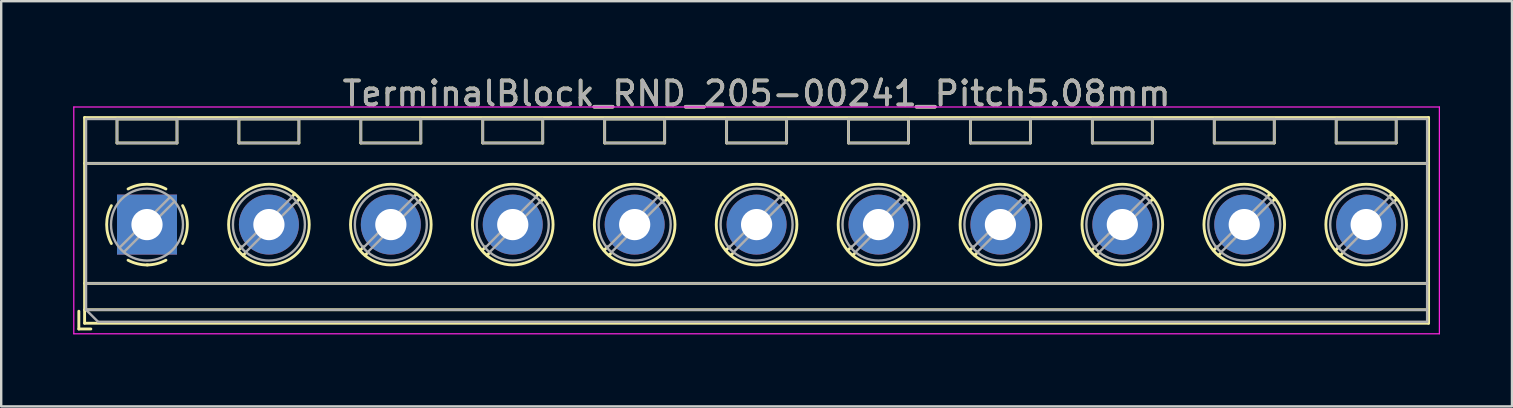
<source format=kicad_pcb>
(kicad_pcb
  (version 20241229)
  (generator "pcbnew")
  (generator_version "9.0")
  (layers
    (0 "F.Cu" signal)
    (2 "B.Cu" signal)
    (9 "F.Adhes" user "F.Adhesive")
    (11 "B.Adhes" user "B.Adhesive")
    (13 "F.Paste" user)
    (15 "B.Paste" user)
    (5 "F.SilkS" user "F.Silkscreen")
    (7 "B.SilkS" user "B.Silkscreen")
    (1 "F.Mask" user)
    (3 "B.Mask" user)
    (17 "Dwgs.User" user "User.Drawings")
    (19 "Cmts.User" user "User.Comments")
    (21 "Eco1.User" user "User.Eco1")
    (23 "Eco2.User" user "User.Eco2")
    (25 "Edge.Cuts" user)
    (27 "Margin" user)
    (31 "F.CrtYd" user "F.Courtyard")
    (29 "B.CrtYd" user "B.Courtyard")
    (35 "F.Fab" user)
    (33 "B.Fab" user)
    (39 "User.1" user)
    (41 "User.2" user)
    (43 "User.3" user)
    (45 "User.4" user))
  (footprint "TerminalBlock_RND_205-00241_Pitch5.08mm"
    (layer "F.Cu")
    (at 3.075 6.308)
    (property "Reference" "TerminalBlock_RND_205-00241_Pitch5.08mm" (at 25.4 -5.46 0) (layer "F.SilkS") (effects (font (size 1 1) (thickness 0.15))))
    (attr through_hole)
    (fp_line (start -2.84 3.61) (end -2.84 4.35) (stroke (width 0.12) (type solid)) (layer "F.SilkS"))
    (fp_line (start -2.84 4.35) (end -2.34 4.35) (stroke (width 0.12) (type solid)) (layer "F.SilkS"))
    (fp_line (start -2.6 -4.46) (end -2.6 4.11) (stroke (width 0.12) (type solid)) (layer "F.SilkS"))
    (fp_line (start -2.6 -2.55) (end 53.4 -2.55) (stroke (width 0.12) (type solid)) (layer "F.SilkS"))
    (fp_line (start -2.6 2.45) (end 53.4 2.45) (stroke (width 0.12) (type solid)) (layer "F.SilkS"))
    (fp_line (start -2.6 3.55) (end 53.4 3.55) (stroke (width 0.12) (type solid)) (layer "F.SilkS"))
    (fp_line (start -2.6 4.11) (end 53.4 4.11) (stroke (width 0.12) (type solid)) (layer "F.SilkS"))
    (fp_line (start -1.25 -4.4) (end -1.25 -3.4) (stroke (width 0.12) (type solid)) (layer "F.SilkS"))
    (fp_line (start -1.25 -4.4) (end 1.25 -4.4) (stroke (width 0.12) (type solid)) (layer "F.SilkS"))
    (fp_line (start -1.25 -3.4) (end 1.25 -3.4) (stroke (width 0.12) (type solid)) (layer "F.SilkS"))
    (fp_line (start 1.25 -4.4) (end 1.25 -3.4) (stroke (width 0.12) (type solid)) (layer "F.SilkS"))
    (fp_line (start 3.83 -4.4) (end 3.83 -3.4) (stroke (width 0.12) (type solid)) (layer "F.SilkS"))
    (fp_line (start 3.83 -4.4) (end 6.33 -4.4) (stroke (width 0.12) (type solid)) (layer "F.SilkS"))
    (fp_line (start 3.83 -3.4) (end 6.33 -3.4) (stroke (width 0.12) (type solid)) (layer "F.SilkS"))
    (fp_line (start 3.947 0.929) (end 3.806 1.069) (stroke (width 0.12) (type solid)) (layer "F.SilkS"))
    (fp_line (start 4.117 1.169) (end 4.011 1.274) (stroke (width 0.12) (type solid)) (layer "F.SilkS"))
    (fp_line (start 6.15 -1.275) (end 6.044 -1.169) (stroke (width 0.12) (type solid)) (layer "F.SilkS"))
    (fp_line (start 6.33 -4.4) (end 6.33 -3.4) (stroke (width 0.12) (type solid)) (layer "F.SilkS"))
    (fp_line (start 6.355 -1.069) (end 6.214 -0.929) (stroke (width 0.12) (type solid)) (layer "F.SilkS"))
    (fp_line (start 8.91 -4.4) (end 8.91 -3.4) (stroke (width 0.12) (type solid)) (layer "F.SilkS"))
    (fp_line (start 8.91 -4.4) (end 11.41 -4.4) (stroke (width 0.12) (type solid)) (layer "F.SilkS"))
    (fp_line (start 8.91 -3.4) (end 11.41 -3.4) (stroke (width 0.12) (type solid)) (layer "F.SilkS"))
    (fp_line (start 9.027 0.929) (end 8.886 1.069) (stroke (width 0.12) (type solid)) (layer "F.SilkS"))
    (fp_line (start 9.197 1.169) (end 9.091 1.274) (stroke (width 0.12) (type solid)) (layer "F.SilkS"))
    (fp_line (start 11.23 -1.275) (end 11.124 -1.169) (stroke (width 0.12) (type solid)) (layer "F.SilkS"))
    (fp_line (start 11.41 -4.4) (end 11.41 -3.4) (stroke (width 0.12) (type solid)) (layer "F.SilkS"))
    (fp_line (start 11.435 -1.069) (end 11.294 -0.929) (stroke (width 0.12) (type solid)) (layer "F.SilkS"))
    (fp_line (start 13.99 -4.4) (end 13.99 -3.4) (stroke (width 0.12) (type solid)) (layer "F.SilkS"))
    (fp_line (start 13.99 -4.4) (end 16.49 -4.4) (stroke (width 0.12) (type solid)) (layer "F.SilkS"))
    (fp_line (start 13.99 -3.4) (end 16.49 -3.4) (stroke (width 0.12) (type solid)) (layer "F.SilkS"))
    (fp_line (start 14.107 0.929) (end 13.966 1.069) (stroke (width 0.12) (type solid)) (layer "F.SilkS"))
    (fp_line (start 14.277 1.169) (end 14.171 1.274) (stroke (width 0.12) (type solid)) (layer "F.SilkS"))
    (fp_line (start 16.31 -1.275) (end 16.204 -1.169) (stroke (width 0.12) (type solid)) (layer "F.SilkS"))
    (fp_line (start 16.49 -4.4) (end 16.49 -3.4) (stroke (width 0.12) (type solid)) (layer "F.SilkS"))
    (fp_line (start 16.515 -1.069) (end 16.374 -0.929) (stroke (width 0.12) (type solid)) (layer "F.SilkS"))
    (fp_line (start 19.07 -4.4) (end 19.07 -3.4) (stroke (width 0.12) (type solid)) (layer "F.SilkS"))
    (fp_line (start 19.07 -4.4) (end 21.57 -4.4) (stroke (width 0.12) (type solid)) (layer "F.SilkS"))
    (fp_line (start 19.07 -3.4) (end 21.57 -3.4) (stroke (width 0.12) (type solid)) (layer "F.SilkS"))
    (fp_line (start 19.187 0.929) (end 19.046 1.069) (stroke (width 0.12) (type solid)) (layer "F.SilkS"))
    (fp_line (start 19.357 1.169) (end 19.251 1.274) (stroke (width 0.12) (type solid)) (layer "F.SilkS"))
    (fp_line (start 21.39 -1.275) (end 21.284 -1.169) (stroke (width 0.12) (type solid)) (layer "F.SilkS"))
    (fp_line (start 21.57 -4.4) (end 21.57 -3.4) (stroke (width 0.12) (type solid)) (layer "F.SilkS"))
    (fp_line (start 21.595 -1.069) (end 21.454 -0.929) (stroke (width 0.12) (type solid)) (layer "F.SilkS"))
    (fp_line (start 24.15 -4.4) (end 24.15 -3.4) (stroke (width 0.12) (type solid)) (layer "F.SilkS"))
    (fp_line (start 24.15 -4.4) (end 26.65 -4.4) (stroke (width 0.12) (type solid)) (layer "F.SilkS"))
    (fp_line (start 24.15 -3.4) (end 26.65 -3.4) (stroke (width 0.12) (type solid)) (layer "F.SilkS"))
    (fp_line (start 24.267 0.929) (end 24.126 1.069) (stroke (width 0.12) (type solid)) (layer "F.SilkS"))
    (fp_line (start 24.437 1.169) (end 24.331 1.274) (stroke (width 0.12) (type solid)) (layer "F.SilkS"))
    (fp_line (start 26.47 -1.275) (end 26.364 -1.169) (stroke (width 0.12) (type solid)) (layer "F.SilkS"))
    (fp_line (start 26.65 -4.4) (end 26.65 -3.4) (stroke (width 0.12) (type solid)) (layer "F.SilkS"))
    (fp_line (start 26.675 -1.069) (end 26.534 -0.929) (stroke (width 0.12) (type solid)) (layer "F.SilkS"))
    (fp_line (start 29.23 -4.4) (end 29.23 -3.4) (stroke (width 0.12) (type solid)) (layer "F.SilkS"))
    (fp_line (start 29.23 -4.4) (end 31.73 -4.4) (stroke (width 0.12) (type solid)) (layer "F.SilkS"))
    (fp_line (start 29.23 -3.4) (end 31.73 -3.4) (stroke (width 0.12) (type solid)) (layer "F.SilkS"))
    (fp_line (start 29.347 0.929) (end 29.206 1.069) (stroke (width 0.12) (type solid)) (layer "F.SilkS"))
    (fp_line (start 29.517 1.169) (end 29.411 1.274) (stroke (width 0.12) (type solid)) (layer "F.SilkS"))
    (fp_line (start 31.55 -1.275) (end 31.444 -1.169) (stroke (width 0.12) (type solid)) (layer "F.SilkS"))
    (fp_line (start 31.73 -4.4) (end 31.73 -3.4) (stroke (width 0.12) (type solid)) (layer "F.SilkS"))
    (fp_line (start 31.755 -1.069) (end 31.614 -0.929) (stroke (width 0.12) (type solid)) (layer "F.SilkS"))
    (fp_line (start 34.31 -4.4) (end 34.31 -3.4) (stroke (width 0.12) (type solid)) (layer "F.SilkS"))
    (fp_line (start 34.31 -4.4) (end 36.81 -4.4) (stroke (width 0.12) (type solid)) (layer "F.SilkS"))
    (fp_line (start 34.31 -3.4) (end 36.81 -3.4) (stroke (width 0.12) (type solid)) (layer "F.SilkS"))
    (fp_line (start 34.427 0.929) (end 34.286 1.069) (stroke (width 0.12) (type solid)) (layer "F.SilkS"))
    (fp_line (start 34.597 1.169) (end 34.491 1.274) (stroke (width 0.12) (type solid)) (layer "F.SilkS"))
    (fp_line (start 36.63 -1.275) (end 36.524 -1.169) (stroke (width 0.12) (type solid)) (layer "F.SilkS"))
    (fp_line (start 36.81 -4.4) (end 36.81 -3.4) (stroke (width 0.12) (type solid)) (layer "F.SilkS"))
    (fp_line (start 36.835 -1.069) (end 36.694 -0.929) (stroke (width 0.12) (type solid)) (layer "F.SilkS"))
    (fp_line (start 39.39 -4.4) (end 39.39 -3.4) (stroke (width 0.12) (type solid)) (layer "F.SilkS"))
    (fp_line (start 39.39 -4.4) (end 41.89 -4.4) (stroke (width 0.12) (type solid)) (layer "F.SilkS"))
    (fp_line (start 39.39 -3.4) (end 41.89 -3.4) (stroke (width 0.12) (type solid)) (layer "F.SilkS"))
    (fp_line (start 39.507 0.929) (end 39.366 1.069) (stroke (width 0.12) (type solid)) (layer "F.SilkS"))
    (fp_line (start 39.677 1.169) (end 39.571 1.274) (stroke (width 0.12) (type solid)) (layer "F.SilkS"))
    (fp_line (start 41.71 -1.275) (end 41.604 -1.169) (stroke (width 0.12) (type solid)) (layer "F.SilkS"))
    (fp_line (start 41.89 -4.4) (end 41.89 -3.4) (stroke (width 0.12) (type solid)) (layer "F.SilkS"))
    (fp_line (start 41.915 -1.069) (end 41.774 -0.929) (stroke (width 0.12) (type solid)) (layer "F.SilkS"))
    (fp_line (start 44.47 -4.4) (end 44.47 -3.4) (stroke (width 0.12) (type solid)) (layer "F.SilkS"))
    (fp_line (start 44.47 -4.4) (end 46.97 -4.4) (stroke (width 0.12) (type solid)) (layer "F.SilkS"))
    (fp_line (start 44.47 -3.4) (end 46.97 -3.4) (stroke (width 0.12) (type solid)) (layer "F.SilkS"))
    (fp_line (start 44.587 0.929) (end 44.446 1.069) (stroke (width 0.12) (type solid)) (layer "F.SilkS"))
    (fp_line (start 44.757 1.169) (end 44.651 1.274) (stroke (width 0.12) (type solid)) (layer "F.SilkS"))
    (fp_line (start 46.79 -1.275) (end 46.684 -1.169) (stroke (width 0.12) (type solid)) (layer "F.SilkS"))
    (fp_line (start 46.97 -4.4) (end 46.97 -3.4) (stroke (width 0.12) (type solid)) (layer "F.SilkS"))
    (fp_line (start 46.995 -1.069) (end 46.854 -0.929) (stroke (width 0.12) (type solid)) (layer "F.SilkS"))
    (fp_line (start 49.55 -4.4) (end 49.55 -3.4) (stroke (width 0.12) (type solid)) (layer "F.SilkS"))
    (fp_line (start 49.55 -4.4) (end 52.05 -4.4) (stroke (width 0.12) (type solid)) (layer "F.SilkS"))
    (fp_line (start 49.55 -3.4) (end 52.05 -3.4) (stroke (width 0.12) (type solid)) (layer "F.SilkS"))
    (fp_line (start 49.667 0.929) (end 49.526 1.069) (stroke (width 0.12) (type solid)) (layer "F.SilkS"))
    (fp_line (start 49.837 1.169) (end 49.731 1.274) (stroke (width 0.12) (type solid)) (layer "F.SilkS"))
    (fp_line (start 51.87 -1.275) (end 51.764 -1.169) (stroke (width 0.12) (type solid)) (layer "F.SilkS"))
    (fp_line (start 52.05 -4.4) (end 52.05 -3.4) (stroke (width 0.12) (type solid)) (layer "F.SilkS"))
    (fp_line (start 52.075 -1.069) (end 51.934 -0.929) (stroke (width 0.12) (type solid)) (layer "F.SilkS"))
    (fp_line (start 53.4 -4.46) (end -2.6 -4.46) (stroke (width 0.12) (type solid)) (layer "F.SilkS"))
    (fp_line (start 53.4 4.11) (end 53.4 -4.46) (stroke (width 0.12) (type solid)) (layer "F.SilkS"))
    (fp_arc (start -1.483953 0.789089) (mid -1.680708 0.00005) (end -1.484 -0.789) (stroke (width 0.12) (type solid)) (layer "F.SilkS"))
    (fp_arc (start -0.789089 -1.483953) (mid -0.00005 -1.680708) (end 0.789 -1.484) (stroke (width 0.12) (type solid)) (layer "F.SilkS"))
    (fp_arc (start 0.029383 1.68045) (mid -0.392304 1.634281) (end -0.789 1.484) (stroke (width 0.12) (type solid)) (layer "F.SilkS"))
    (fp_arc (start 0.788712 1.483352) (mid 0.406429 1.630097) (end 0 1.68) (stroke (width 0.12) (type solid)) (layer "F.SilkS"))
    (fp_arc (start 1.483953 -0.789089) (mid 1.680708 -0.00005) (end 1.484 0.789) (stroke (width 0.12) (type solid)) (layer "F.SilkS"))
    (fp_circle (center 5.08 0) (end 6.76 0) (stroke (width 0.12) (type solid)) (fill no) (layer "F.SilkS"))
    (fp_circle (center 10.16 0) (end 11.84 0) (stroke (width 0.12) (type solid)) (fill no) (layer "F.SilkS"))
    (fp_circle (center 15.24 0) (end 16.92 0) (stroke (width 0.12) (type solid)) (fill no) (layer "F.SilkS"))
    (fp_circle (center 20.32 0) (end 22 0) (stroke (width 0.12) (type solid)) (fill no) (layer "F.SilkS"))
    (fp_circle (center 25.4 0) (end 27.08 0) (stroke (width 0.12) (type solid)) (fill no) (layer "F.SilkS"))
    (fp_circle (center 30.48 0) (end 32.16 0) (stroke (width 0.12) (type solid)) (fill no) (layer "F.SilkS"))
    (fp_circle (center 35.56 0) (end 37.24 0) (stroke (width 0.12) (type solid)) (fill no) (layer "F.SilkS"))
    (fp_circle (center 40.64 0) (end 42.32 0) (stroke (width 0.12) (type solid)) (fill no) (layer "F.SilkS"))
    (fp_circle (center 45.72 0) (end 47.4 0) (stroke (width 0.12) (type solid)) (fill no) (layer "F.SilkS"))
    (fp_circle (center 50.8 0) (end 52.48 0) (stroke (width 0.12) (type solid)) (fill no) (layer "F.SilkS"))
    (fp_line (start -3.05 -4.9) (end -3.05 4.55) (stroke (width 0.05) (type solid)) (layer "F.CrtYd"))
    (fp_line (start -3.05 4.55) (end 53.85 4.55) (stroke (width 0.05) (type solid)) (layer "F.CrtYd"))
    (fp_line (start 53.85 -4.9) (end -3.05 -4.9) (stroke (width 0.05) (type solid)) (layer "F.CrtYd"))
    (fp_line (start 53.85 4.55) (end 53.85 -4.9) (stroke (width 0.05) (type solid)) (layer "F.CrtYd"))
    (fp_line (start -2.54 -4.4) (end 53.34 -4.4) (stroke (width 0.1) (type solid)) (layer "F.Fab"))
    (fp_line (start -2.54 -2.55) (end 53.34 -2.55) (stroke (width 0.1) (type solid)) (layer "F.Fab"))
    (fp_line (start -2.54 2.45) (end 53.34 2.45) (stroke (width 0.1) (type solid)) (layer "F.Fab"))
    (fp_line (start -2.54 3.55) (end -2.54 -4.4) (stroke (width 0.1) (type solid)) (layer "F.Fab"))
    (fp_line (start -2.54 3.55) (end 53.34 3.55) (stroke (width 0.1) (type solid)) (layer "F.Fab"))
    (fp_line (start -2.04 4.05) (end -2.54 3.55) (stroke (width 0.1) (type solid)) (layer "F.Fab"))
    (fp_line (start -1.25 -4.4) (end -1.25 -3.4) (stroke (width 0.1) (type solid)) (layer "F.Fab"))
    (fp_line (start -1.25 -3.4) (end 1.25 -3.4) (stroke (width 0.1) (type solid)) (layer "F.Fab"))
    (fp_line (start 0.955 -1.138) (end -1.138 0.955) (stroke (width 0.1) (type solid)) (layer "F.Fab"))
    (fp_line (start 1.138 -0.955) (end -0.955 1.138) (stroke (width 0.1) (type solid)) (layer "F.Fab"))
    (fp_line (start 1.25 -4.4) (end -1.25 -4.4) (stroke (width 0.1) (type solid)) (layer "F.Fab"))
    (fp_line (start 1.25 -3.4) (end 1.25 -4.4) (stroke (width 0.1) (type solid)) (layer "F.Fab"))
    (fp_line (start 3.83 -4.4) (end 3.83 -3.4) (stroke (width 0.1) (type solid)) (layer "F.Fab"))
    (fp_line (start 3.83 -3.4) (end 6.33 -3.4) (stroke (width 0.1) (type solid)) (layer "F.Fab"))
    (fp_line (start 6.035 -1.138) (end 3.943 0.955) (stroke (width 0.1) (type solid)) (layer "F.Fab"))
    (fp_line (start 6.218 -0.955) (end 4.126 1.138) (stroke (width 0.1) (type solid)) (layer "F.Fab"))
    (fp_line (start 6.33 -4.4) (end 3.83 -4.4) (stroke (width 0.1) (type solid)) (layer "F.Fab"))
    (fp_line (start 6.33 -3.4) (end 6.33 -4.4) (stroke (width 0.1) (type solid)) (layer "F.Fab"))
    (fp_line (start 8.91 -4.4) (end 8.91 -3.4) (stroke (width 0.1) (type solid)) (layer "F.Fab"))
    (fp_line (start 8.91 -3.4) (end 11.41 -3.4) (stroke (width 0.1) (type solid)) (layer "F.Fab"))
    (fp_line (start 11.115 -1.138) (end 9.023 0.955) (stroke (width 0.1) (type solid)) (layer "F.Fab"))
    (fp_line (start 11.298 -0.955) (end 9.206 1.138) (stroke (width 0.1) (type solid)) (layer "F.Fab"))
    (fp_line (start 11.41 -4.4) (end 8.91 -4.4) (stroke (width 0.1) (type solid)) (layer "F.Fab"))
    (fp_line (start 11.41 -3.4) (end 11.41 -4.4) (stroke (width 0.1) (type solid)) (layer "F.Fab"))
    (fp_line (start 13.99 -4.4) (end 13.99 -3.4) (stroke (width 0.1) (type solid)) (layer "F.Fab"))
    (fp_line (start 13.99 -3.4) (end 16.49 -3.4) (stroke (width 0.1) (type solid)) (layer "F.Fab"))
    (fp_line (start 16.195 -1.138) (end 14.103 0.955) (stroke (width 0.1) (type solid)) (layer "F.Fab"))
    (fp_line (start 16.378 -0.955) (end 14.286 1.138) (stroke (width 0.1) (type solid)) (layer "F.Fab"))
    (fp_line (start 16.49 -4.4) (end 13.99 -4.4) (stroke (width 0.1) (type solid)) (layer "F.Fab"))
    (fp_line (start 16.49 -3.4) (end 16.49 -4.4) (stroke (width 0.1) (type solid)) (layer "F.Fab"))
    (fp_line (start 19.07 -4.4) (end 19.07 -3.4) (stroke (width 0.1) (type solid)) (layer "F.Fab"))
    (fp_line (start 19.07 -3.4) (end 21.57 -3.4) (stroke (width 0.1) (type solid)) (layer "F.Fab"))
    (fp_line (start 21.275 -1.138) (end 19.183 0.955) (stroke (width 0.1) (type solid)) (layer "F.Fab"))
    (fp_line (start 21.458 -0.955) (end 19.366 1.138) (stroke (width 0.1) (type solid)) (layer "F.Fab"))
    (fp_line (start 21.57 -4.4) (end 19.07 -4.4) (stroke (width 0.1) (type solid)) (layer "F.Fab"))
    (fp_line (start 21.57 -3.4) (end 21.57 -4.4) (stroke (width 0.1) (type solid)) (layer "F.Fab"))
    (fp_line (start 24.15 -4.4) (end 24.15 -3.4) (stroke (width 0.1) (type solid)) (layer "F.Fab"))
    (fp_line (start 24.15 -3.4) (end 26.65 -3.4) (stroke (width 0.1) (type solid)) (layer "F.Fab"))
    (fp_line (start 26.355 -1.138) (end 24.263 0.955) (stroke (width 0.1) (type solid)) (layer "F.Fab"))
    (fp_line (start 26.538 -0.955) (end 24.446 1.138) (stroke (width 0.1) (type solid)) (layer "F.Fab"))
    (fp_line (start 26.65 -4.4) (end 24.15 -4.4) (stroke (width 0.1) (type solid)) (layer "F.Fab"))
    (fp_line (start 26.65 -3.4) (end 26.65 -4.4) (stroke (width 0.1) (type solid)) (layer "F.Fab"))
    (fp_line (start 29.23 -4.4) (end 29.23 -3.4) (stroke (width 0.1) (type solid)) (layer "F.Fab"))
    (fp_line (start 29.23 -3.4) (end 31.73 -3.4) (stroke (width 0.1) (type solid)) (layer "F.Fab"))
    (fp_line (start 31.435 -1.138) (end 29.343 0.955) (stroke (width 0.1) (type solid)) (layer "F.Fab"))
    (fp_line (start 31.618 -0.955) (end 29.526 1.138) (stroke (width 0.1) (type solid)) (layer "F.Fab"))
    (fp_line (start 31.73 -4.4) (end 29.23 -4.4) (stroke (width 0.1) (type solid)) (layer "F.Fab"))
    (fp_line (start 31.73 -3.4) (end 31.73 -4.4) (stroke (width 0.1) (type solid)) (layer "F.Fab"))
    (fp_line (start 34.31 -4.4) (end 34.31 -3.4) (stroke (width 0.1) (type solid)) (layer "F.Fab"))
    (fp_line (start 34.31 -3.4) (end 36.81 -3.4) (stroke (width 0.1) (type solid)) (layer "F.Fab"))
    (fp_line (start 36.515 -1.138) (end 34.423 0.955) (stroke (width 0.1) (type solid)) (layer "F.Fab"))
    (fp_line (start 36.698 -0.955) (end 34.606 1.138) (stroke (width 0.1) (type solid)) (layer "F.Fab"))
    (fp_line (start 36.81 -4.4) (end 34.31 -4.4) (stroke (width 0.1) (type solid)) (layer "F.Fab"))
    (fp_line (start 36.81 -3.4) (end 36.81 -4.4) (stroke (width 0.1) (type solid)) (layer "F.Fab"))
    (fp_line (start 39.39 -4.4) (end 39.39 -3.4) (stroke (width 0.1) (type solid)) (layer "F.Fab"))
    (fp_line (start 39.39 -3.4) (end 41.89 -3.4) (stroke (width 0.1) (type solid)) (layer "F.Fab"))
    (fp_line (start 41.595 -1.138) (end 39.503 0.955) (stroke (width 0.1) (type solid)) (layer "F.Fab"))
    (fp_line (start 41.778 -0.955) (end 39.686 1.138) (stroke (width 0.1) (type solid)) (layer "F.Fab"))
    (fp_line (start 41.89 -4.4) (end 39.39 -4.4) (stroke (width 0.1) (type solid)) (layer "F.Fab"))
    (fp_line (start 41.89 -3.4) (end 41.89 -4.4) (stroke (width 0.1) (type solid)) (layer "F.Fab"))
    (fp_line (start 44.47 -4.4) (end 44.47 -3.4) (stroke (width 0.1) (type solid)) (layer "F.Fab"))
    (fp_line (start 44.47 -3.4) (end 46.97 -3.4) (stroke (width 0.1) (type solid)) (layer "F.Fab"))
    (fp_line (start 46.675 -1.138) (end 44.583 0.955) (stroke (width 0.1) (type solid)) (layer "F.Fab"))
    (fp_line (start 46.858 -0.955) (end 44.766 1.138) (stroke (width 0.1) (type solid)) (layer "F.Fab"))
    (fp_line (start 46.97 -4.4) (end 44.47 -4.4) (stroke (width 0.1) (type solid)) (layer "F.Fab"))
    (fp_line (start 46.97 -3.4) (end 46.97 -4.4) (stroke (width 0.1) (type solid)) (layer "F.Fab"))
    (fp_line (start 49.55 -4.4) (end 49.55 -3.4) (stroke (width 0.1) (type solid)) (layer "F.Fab"))
    (fp_line (start 49.55 -3.4) (end 52.05 -3.4) (stroke (width 0.1) (type solid)) (layer "F.Fab"))
    (fp_line (start 51.755 -1.138) (end 49.663 0.955) (stroke (width 0.1) (type solid)) (layer "F.Fab"))
    (fp_line (start 51.938 -0.955) (end 49.846 1.138) (stroke (width 0.1) (type solid)) (layer "F.Fab"))
    (fp_line (start 52.05 -4.4) (end 49.55 -4.4) (stroke (width 0.1) (type solid)) (layer "F.Fab"))
    (fp_line (start 52.05 -3.4) (end 52.05 -4.4) (stroke (width 0.1) (type solid)) (layer "F.Fab"))
    (fp_line (start 53.34 -4.4) (end 53.34 4.05) (stroke (width 0.1) (type solid)) (layer "F.Fab"))
    (fp_line (start 53.34 4.05) (end -2.04 4.05) (stroke (width 0.1) (type solid)) (layer "F.Fab"))
    (fp_circle (center 0 0) (end 1.5 0) (stroke (width 0.1) (type solid)) (fill no) (layer "F.Fab"))
    (fp_circle (center 5.08 0) (end 6.58 0) (stroke (width 0.1) (type solid)) (fill no) (layer "F.Fab"))
    (fp_circle (center 10.16 0) (end 11.66 0) (stroke (width 0.1) (type solid)) (fill no) (layer "F.Fab"))
    (fp_circle (center 15.24 0) (end 16.74 0) (stroke (width 0.1) (type solid)) (fill no) (layer "F.Fab"))
    (fp_circle (center 20.32 0) (end 21.82 0) (stroke (width 0.1) (type solid)) (fill no) (layer "F.Fab"))
    (fp_circle (center 25.4 0) (end 26.9 0) (stroke (width 0.1) (type solid)) (fill no) (layer "F.Fab"))
    (fp_circle (center 30.48 0) (end 31.98 0) (stroke (width 0.1) (type solid)) (fill no) (layer "F.Fab"))
    (fp_circle (center 35.56 0) (end 37.06 0) (stroke (width 0.1) (type solid)) (fill no) (layer "F.Fab"))
    (fp_circle (center 40.64 0) (end 42.14 0) (stroke (width 0.1) (type solid)) (fill no) (layer "F.Fab"))
    (fp_circle (center 45.72 0) (end 47.22 0) (stroke (width 0.1) (type solid)) (fill no) (layer "F.Fab"))
    (fp_circle (center 50.8 0) (end 52.3 0) (stroke (width 0.1) (type solid)) (fill no) (layer "F.Fab"))
    (fp_text user "${REFERENCE}" (at 25.4 -5.46 0) (layer "F.Fab") (effects (font (size 1 1) (thickness 0.15))))
    (pad "1" thru_hole rect (at 0 0) (size 2.5 2.5) (drill 1.3) (layers "*.Cu" "*.Mask"))
    (pad "2" thru_hole oval (at 5.08 0) (size 2.5 2.5) (drill 1.3) (layers "*.Cu" "*.Mask"))
    (pad "3" thru_hole oval (at 10.16 0) (size 2.5 2.5) (drill 1.3) (layers "*.Cu" "*.Mask"))
    (pad "4" thru_hole oval (at 15.24 0) (size 2.5 2.5) (drill 1.3) (layers "*.Cu" "*.Mask"))
    (pad "5" thru_hole oval (at 20.32 0) (size 2.5 2.5) (drill 1.3) (layers "*.Cu" "*.Mask"))
    (pad "6" thru_hole oval (at 25.4 0) (size 2.5 2.5) (drill 1.3) (layers "*.Cu" "*.Mask"))
    (pad "7" thru_hole oval (at 30.48 0) (size 2.5 2.5) (drill 1.3) (layers "*.Cu" "*.Mask"))
    (pad "8" thru_hole oval (at 35.56 0) (size 2.5 2.5) (drill 1.3) (layers "*.Cu" "*.Mask"))
    (pad "9" thru_hole oval (at 40.64 0) (size 2.5 2.5) (drill 1.3) (layers "*.Cu" "*.Mask"))
    (pad "10" thru_hole oval (at 45.72 0) (size 2.5 2.5) (drill 1.3) (layers "*.Cu" "*.Mask"))
    (pad "11" thru_hole oval (at 50.8 0) (size 2.5 2.5) (drill 1.3) (layers "*.Cu" "*.Mask")))
  (gr_rect
    (start -3 -3)
    (end 59.95 13.883)
    (stroke (width 0.1) (type default))
    (fill no)
    (layer "Edge.Cuts")))
</source>
